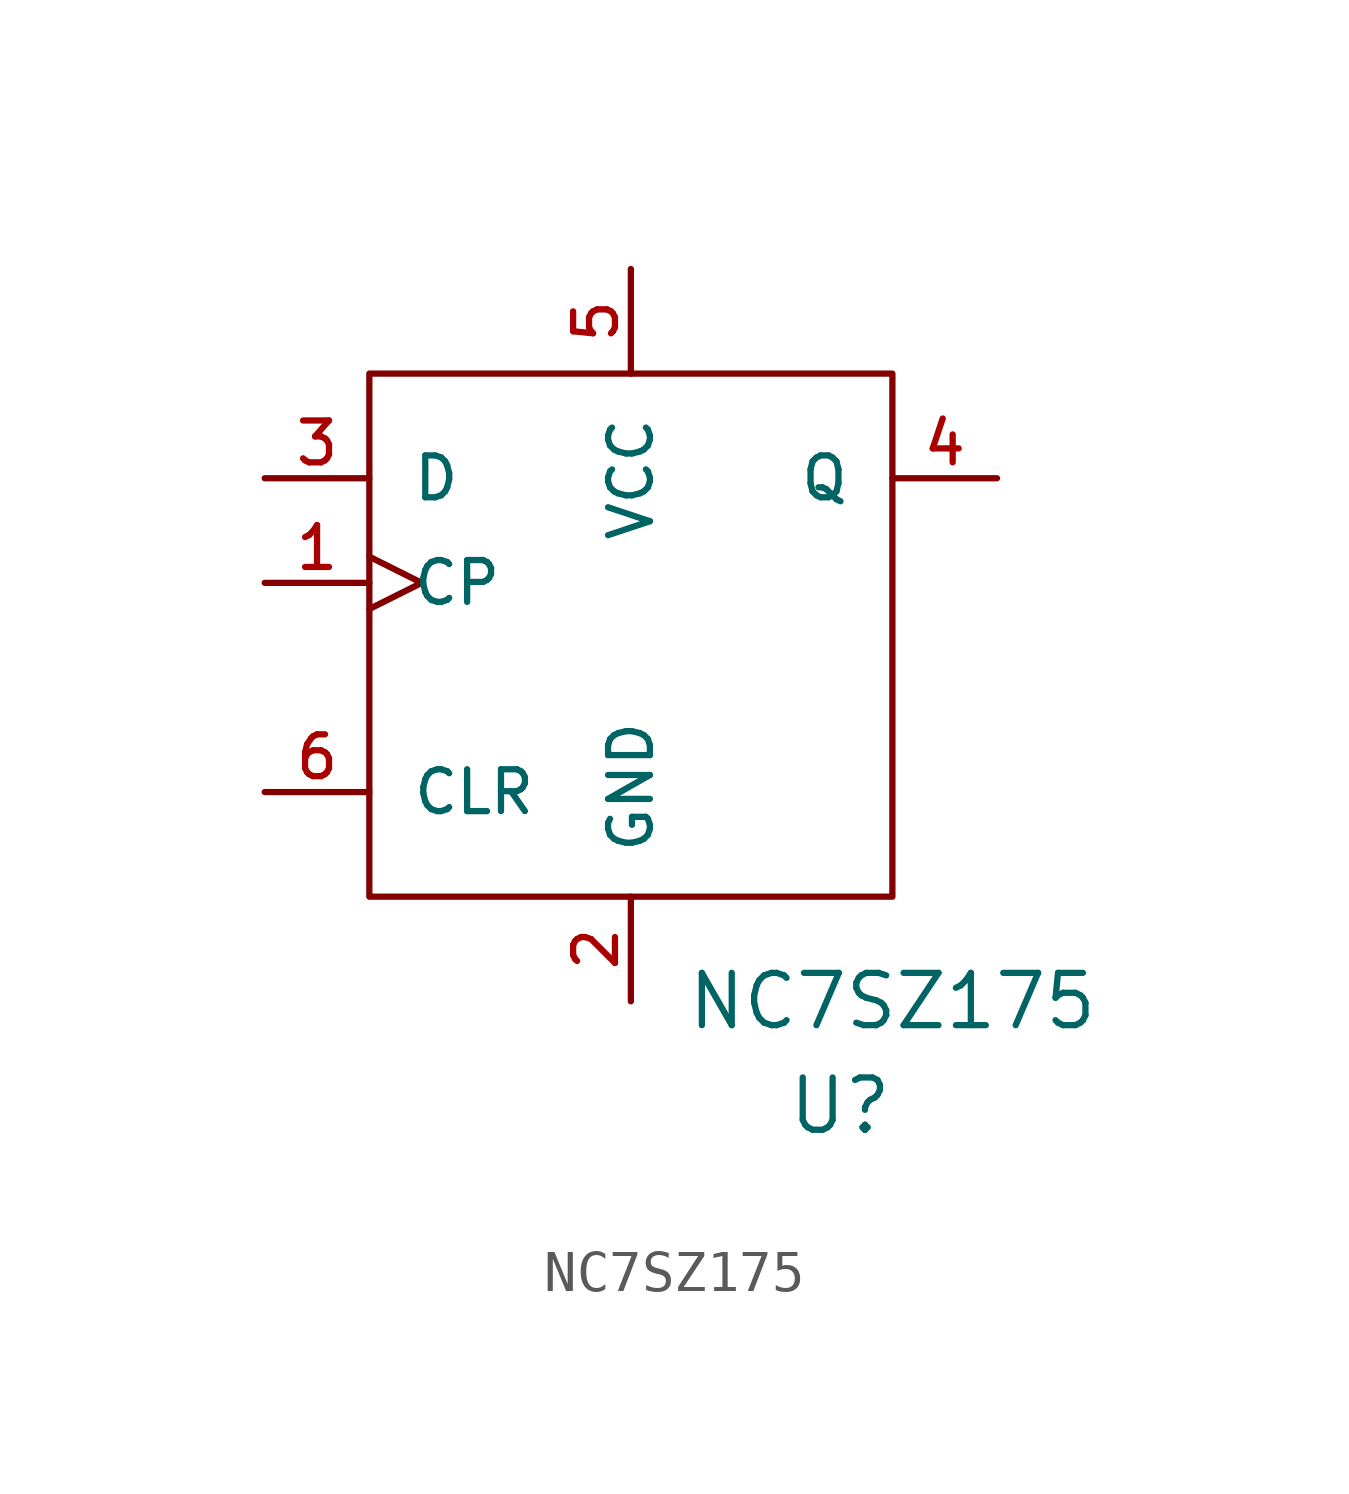
<source format=kicad_sym>
(kicad_symbol_lib
  (version 20211014)
  (generator kicad_symbol_editor)
  (symbol "NC7SZ175"
    (pin_names
      (offset 1.016))
    (property "Reference" "U"
      (at 5.08 -12.7 0)
      (effects (font (size 1.27 1.27))))
    (property "Value" "NC7SZ175"
      (at 6.35 -10.16 0)
      (effects (font (size 1.27 1.27))))
    (symbol "NC7SZ175_0_1"
      (rectangle (start 6.35 -7.62) (end -6.35 5.08) (stroke (width 0) (type default) (color 0 0 0 0)) (fill (type none))))
    (symbol "NC7SZ175_1_1"
      (pin input clock (at -8.89 0 0) (length 2.54) (name "CP" (effects (font (size 1.016 1.016)))) (number "1" (effects (font (size 1.016 1.016)))))
      (pin power_in line (at 0 -10.16 90) (length 2.54) (name "GND" (effects (font (size 1.016 1.016)))) (number "2" (effects (font (size 1.016 1.016)))))
      (pin input line (at -8.89 2.54 0) (length 2.54) (name "D" (effects (font (size 1.016 1.016)))) (number "3" (effects (font (size 1.016 1.016)))))
      (pin output line (at 8.89 2.54 180) (length 2.54) (name "Q" (effects (font (size 1.016 1.016)))) (number "4" (effects (font (size 1.016 1.016)))))
      (pin power_in line (at 0 7.62 270) (length 2.54) (name "VCC" (effects (font (size 1.016 1.016)))) (number "5" (effects (font (size 1.016 1.016)))))
      (pin input line (at -8.89 -5.08 0) (length 2.54) (name "CLR" (effects (font (size 1.016 1.016)))) (number "6" (effects (font (size 1.016 1.016))))))))
</source>
